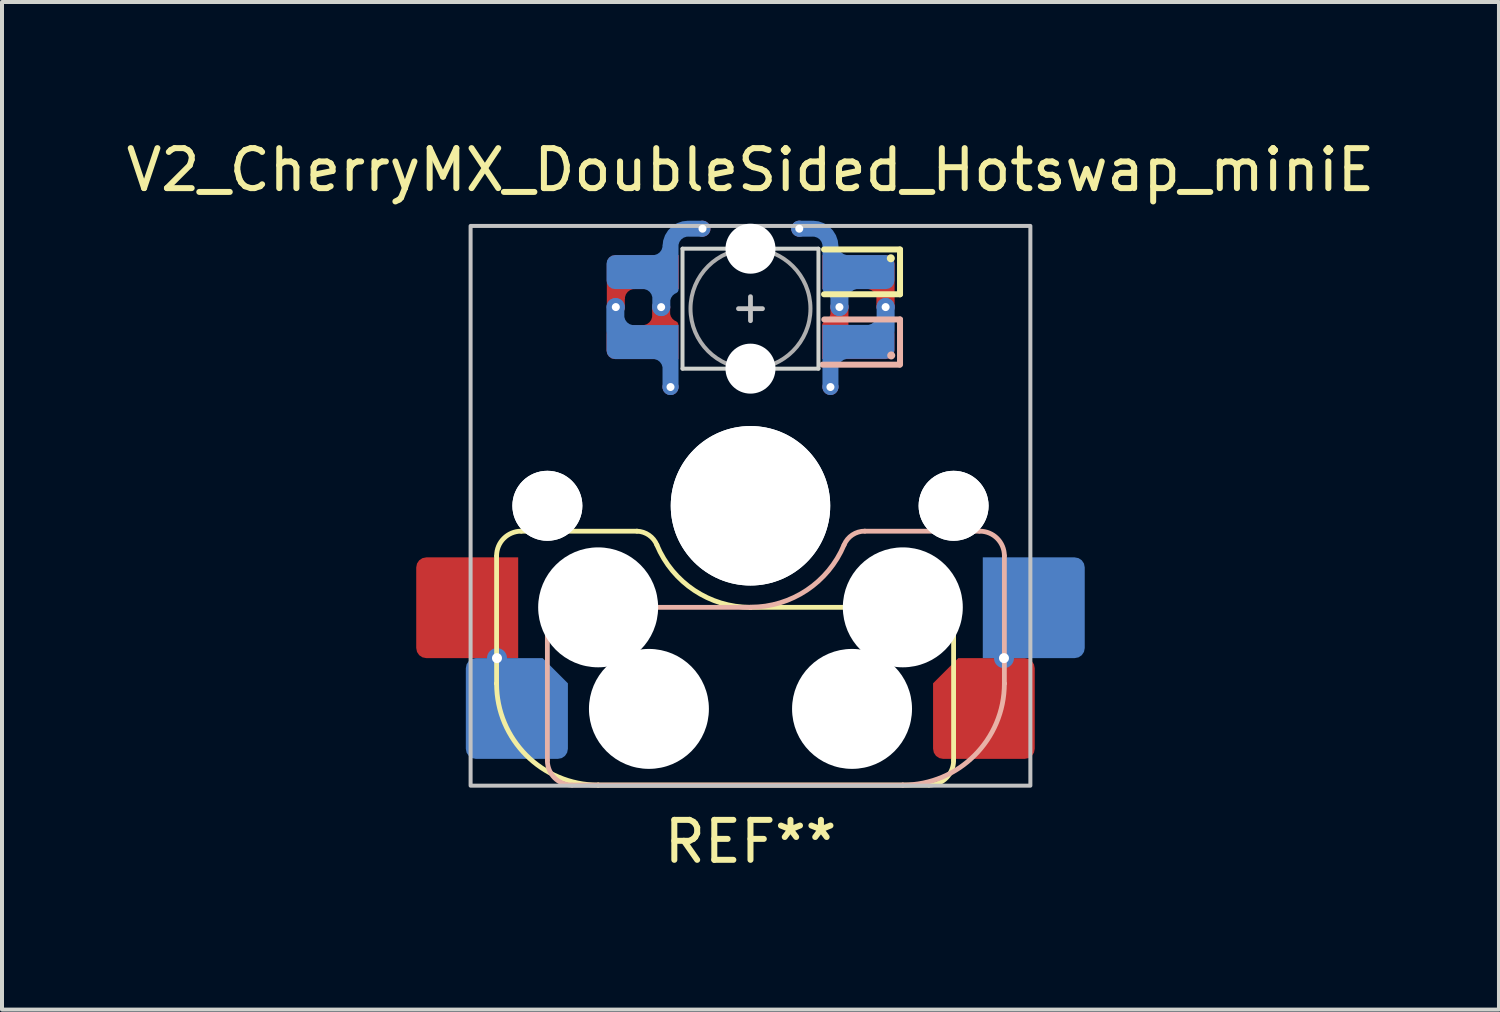
<source format=kicad_pcb>
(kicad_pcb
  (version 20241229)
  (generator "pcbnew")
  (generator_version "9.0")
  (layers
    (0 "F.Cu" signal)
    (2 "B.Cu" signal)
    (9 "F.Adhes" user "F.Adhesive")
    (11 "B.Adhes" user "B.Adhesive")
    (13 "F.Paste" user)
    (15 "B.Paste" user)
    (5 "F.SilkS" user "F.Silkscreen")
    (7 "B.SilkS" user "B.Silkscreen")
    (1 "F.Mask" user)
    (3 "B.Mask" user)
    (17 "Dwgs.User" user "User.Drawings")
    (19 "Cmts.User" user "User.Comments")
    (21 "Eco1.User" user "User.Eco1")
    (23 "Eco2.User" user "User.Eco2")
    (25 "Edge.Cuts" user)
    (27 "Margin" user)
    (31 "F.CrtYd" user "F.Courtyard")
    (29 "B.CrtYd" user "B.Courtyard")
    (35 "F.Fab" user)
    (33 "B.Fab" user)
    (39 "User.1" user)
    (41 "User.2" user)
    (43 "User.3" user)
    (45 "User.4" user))
  (footprint "V2_CherryMX_DoubleSided_Hotswap_miniE"
    (layer "F.Cu")
    (at 15.72 9.6)
    (property "Reference" "V2_CherryMX_DoubleSided_Hotswap_miniE" (at 0 -8.4 180) (layer "F.SilkS") (effects (font (size 1 1) (thickness 0.15))))
    (attr through_hole)
    (fp_line (start -6.35 4.445) (end -6.35 1.26) (stroke (width 0.12) (type solid)) (layer "F.SilkS"))
    (fp_line (start -6.35 4.445) (end -6.35 4.445) (stroke (width 0.12) (type solid)) (layer "F.SilkS"))
    (fp_line (start -5.73 0.635) (end -2.84 0.635) (stroke (width 0.12) (type solid)) (layer "F.SilkS"))
    (fp_line (start -3.81 6.985) (end -3.81 6.985) (stroke (width 0.12) (type solid)) (layer "F.SilkS"))
    (fp_line (start -3.81 6.985) (end 4.46 6.985) (stroke (width 0.12) (type solid)) (layer "F.SilkS"))
    (fp_line (start 0 2.54) (end 0 2.54) (stroke (width 0.12) (type solid)) (layer "F.SilkS"))
    (fp_line (start 0 2.54) (end 5.08 2.54) (stroke (width 0.12) (type solid)) (layer "F.SilkS"))
    (fp_line (start 3.74 -6.41) (end 1.84 -6.41) (stroke (width 0.15) (type solid)) (layer "F.SilkS"))
    (fp_line (start 3.74 -5.29) (end 1.84 -5.29) (stroke (width 0.15) (type solid)) (layer "F.SilkS"))
    (fp_line (start 3.74 -5.29) (end 3.74 -6.41) (stroke (width 0.15) (type solid)) (layer "F.SilkS"))
    (fp_line (start 5.08 2.54) (end 5.08 2.54) (stroke (width 0.12) (type solid)) (layer "F.SilkS"))
    (fp_line (start 5.08 2.54) (end 5.08 2.54) (stroke (width 0.12) (type solid)) (layer "F.SilkS"))
    (fp_line (start 5.08 6.37) (end 5.08 2.54) (stroke (width 0.12) (type solid)) (layer "F.SilkS"))
    (fp_arc (start -6.35 1.25) (mid -6.169871 0.815129) (end -5.735 0.635) (stroke (width 0.12) (type default)) (layer "F.SilkS"))
    (fp_arc (start -3.81 6.985) (mid -5.606051 6.241051) (end -6.35 4.445) (stroke (width 0.12) (type solid)) (layer "F.SilkS"))
    (fp_arc (start -2.840072 0.635) (mid -2.539136 0.734324) (end -2.34 0.980845) (stroke (width 0.12) (type default)) (layer "F.SilkS"))
    (fp_arc (start 0 2.54) (mid -1.405313 2.115202) (end -2.34 0.983072) (stroke (width 0.12) (type solid)) (layer "F.SilkS"))
    (fp_arc (start 5.080129 6.37) (mid 4.9 6.80487) (end 4.465129 6.985) (stroke (width 0.12) (type default)) (layer "F.SilkS"))
    (fp_circle (center 3.51 -6.19) (end 3.41 -6.19) (stroke (width 0) (type solid)) (fill yes) (layer "F.SilkS"))
    (fp_line (start -5.08 2.54) (end -5.08 2.54) (stroke (width 0.12) (type solid)) (layer "B.SilkS"))
    (fp_line (start -5.08 2.54) (end -5.08 2.54) (stroke (width 0.12) (type solid)) (layer "B.SilkS"))
    (fp_line (start -5.08 6.36) (end -5.08 2.54) (stroke (width 0.12) (type solid)) (layer "B.SilkS"))
    (fp_line (start -4.46 6.985) (end 3.81 6.985) (stroke (width 0.12) (type solid)) (layer "B.SilkS"))
    (fp_line (start 0 2.54) (end -5.08 2.54) (stroke (width 0.12) (type solid)) (layer "B.SilkS"))
    (fp_line (start 0 2.54) (end 0 2.54) (stroke (width 0.12) (type solid)) (layer "B.SilkS"))
    (fp_line (start 1.8 -3.53) (end 3.724 -3.53) (stroke (width 0.15) (type solid)) (layer "B.SilkS"))
    (fp_line (start 2.86 0.635) (end 5.72 0.635) (stroke (width 0.12) (type solid)) (layer "B.SilkS"))
    (fp_line (start 3.74 -4.66) (end 1.846 -4.66) (stroke (width 0.15) (type solid)) (layer "B.SilkS"))
    (fp_line (start 3.74 -3.53) (end 3.74 -4.66) (stroke (width 0.15) (type solid)) (layer "B.SilkS"))
    (fp_line (start 3.81 6.985) (end 3.81 6.985) (stroke (width 0.12) (type solid)) (layer "B.SilkS"))
    (fp_line (start 6.35 1.25) (end 6.35 4.445) (stroke (width 0.12) (type solid)) (layer "B.SilkS"))
    (fp_line (start 6.35 4.445) (end 6.35 4.445) (stroke (width 0.12) (type solid)) (layer "B.SilkS"))
    (fp_arc (start -4.465 6.985) (mid -4.899871 6.804871) (end -5.08 6.37) (stroke (width 0.12) (type default)) (layer "B.SilkS"))
    (fp_arc (start 2.34 0.98) (mid 1.405313 2.11213) (end 0 2.536928) (stroke (width 0.12) (type solid)) (layer "B.SilkS"))
    (fp_arc (start 2.34 0.98) (mid 2.547381 0.727883) (end 2.859999 0.633863) (stroke (width 0.12) (type default)) (layer "B.SilkS"))
    (fp_arc (start 5.735129 0.635) (mid 6.169986 0.815144) (end 6.350129 1.25) (stroke (width 0.12) (type default)) (layer "B.SilkS"))
    (fp_arc (start 6.35 4.445) (mid 5.606051 6.241051) (end 3.81 6.985) (stroke (width 0.12) (type solid)) (layer "B.SilkS"))
    (fp_circle (center 3.52 -3.76) (end 3.62 -3.76) (stroke (width 0) (type solid)) (fill yes) (layer "B.SilkS"))
    (fp_line (start -0.3 -4.93) (end 0.3 -4.93) (stroke (width 0.12) (type solid)) (layer "Dwgs.User"))
    (fp_line (start 0 -4.63) (end 0 -5.23) (stroke (width 0.12) (type solid)) (layer "Dwgs.User"))
    (fp_rect (start -7 -7) (end 7 7) (stroke (width 0.1) (type default)) (fill no) (layer "Dwgs.User"))
    (fp_line (start -1.7 -6.43) (end -1.7 -3.43) (stroke (width 0.1) (type solid)) (layer "Edge.Cuts"))
    (fp_line (start 1.7 -6.43) (end -1.7 -6.43) (stroke (width 0.1) (type solid)) (layer "Edge.Cuts"))
    (fp_line (start 1.7 -3.43) (end -1.7 -3.43) (stroke (width 0.1) (type solid)) (layer "Edge.Cuts"))
    (fp_line (start 1.7 -3.43) (end 1.7 -6.43) (stroke (width 0.1) (type solid)) (layer "Edge.Cuts"))
    (fp_circle (center 0 -4.93) (end 0 -6.43) (stroke (width 0.1) (type solid)) (fill no) (layer "F.Fab"))
    (fp_line (start -9.525 9.525) (end -9.525 -9.525) (stroke (width 0.15) (type solid)) (layer "User.2"))
    (fp_line (start 9.525 -9.525) (end -9.525 -9.525) (stroke (width 0.15) (type solid)) (layer "User.2"))
    (fp_line (start 9.525 9.525) (end -9.525 9.525) (stroke (width 0.15) (type solid)) (layer "User.2"))
    (fp_line (start 9.525 9.525) (end 9.525 -9.525) (stroke (width 0.15) (type solid)) (layer "User.2"))
    (fp_text user "REF**" (at 0 8.4 0) (unlocked yes) (layer "F.SilkS") (effects (font (size 1 1) (thickness 0.15))))
    (pad "" np_thru_hole circle (at -5.08 0 180) (size 1.75 1.75) (drill 1.75) (layers "*.Cu" "*.Mask"))
    (pad "" np_thru_hole circle (at -5.08 0 180) (size 1.75 1.75) (drill 1.75) (layers "*.Cu" "*.Mask"))
    (pad "" np_thru_hole circle (at -3.81 2.54 180) (size 3 3) (drill 3) (layers "*.Cu" "*.Mask"))
    (pad "" smd roundrect (at -2.69 -5.845) (size 1.82 0.85) (layers "B.Mask") (roundrect_rratio 0.25) (chamfer_ratio 0) (chamfer top_right bottom_right))
    (pad "" smd roundrect (at -2.69 -4.095 180) (size 1.82 0.85) (layers "F.Mask") (roundrect_rratio 0.25) (chamfer_ratio 0) (chamfer top_left bottom_left))
    (pad "" smd roundrect (at -2.69 -4.095) (size 1.82 0.84) (layers "B.Mask") (roundrect_rratio 0.25) (chamfer_ratio 0) (chamfer top_right bottom_right))
    (pad "" smd roundrect (at -2.685 -5.855 180) (size 1.83 0.85) (layers "F.Mask") (roundrect_rratio 0.25) (chamfer_ratio 0) (chamfer top_left bottom_left))
    (pad "" np_thru_hole circle (at -2.54 5.08 180) (size 3 3) (drill 3) (layers "*.Cu" "*.Mask"))
    (pad "" np_thru_hole circle (at 0 -6.43 180) (size 1.25 1.25) (drill 1.25) (layers "*.Cu" "*.Mask"))
    (pad "" np_thru_hole circle (at 0 -3.43 180) (size 1.25 1.25) (drill 1.25) (layers "*.Cu" "*.Mask"))
    (pad "" np_thru_hole circle (at 0 0 180) (size 3.988 3.988) (drill 3.988) (layers "*.Cu" "*.Mask"))
    (pad "" np_thru_hole circle (at 0 0 180) (size 3.988 3.988) (drill 3.988) (layers "*.Cu" "*.Mask"))
    (pad "" smd rect (at 2.47 -5.85) (size 1.38 0.84) (layers "F.Mask"))
    (pad "" smd rect (at 2.47 -4.09 180) (size 1.38 0.84) (layers "B.Mask"))
    (pad "" np_thru_hole circle (at 2.54 5.08 180) (size 3 3) (drill 3) (layers "*.Cu" "*.Mask"))
    (pad "" smd roundrect (at 2.685 -4.095) (size 1.83 0.85) (layers "F.Mask") (roundrect_rratio 0.25) (chamfer_ratio 0) (chamfer top_left bottom_left))
    (pad "" smd roundrect (at 2.69 -5.84 180) (size 1.82 0.84) (layers "B.Mask") (roundrect_rratio 0.25) (chamfer_ratio 0) (chamfer top_right bottom_right))
    (pad "" smd roundrect (at 2.855 -5.85) (size 1.49 0.84) (layers "F.Mask") (roundrect_rratio 0.25) (chamfer_ratio 0.5) (chamfer top_right))
    (pad "" smd roundrect (at 2.855 -4.09 180) (size 1.49 0.84) (layers "B.Mask") (roundrect_rratio 0.25) (chamfer_ratio 0.5) (chamfer top_left))
    (pad "" np_thru_hole circle (at 3.81 2.54 180) (size 3 3) (drill 3) (layers "*.Cu" "*.Mask"))
    (pad "" np_thru_hole circle (at 5.08 0 180) (size 1.75 1.75) (drill 1.75) (layers "*.Cu" "*.Mask"))
    (pad "" np_thru_hole circle (at 5.08 0 180) (size 1.75 1.75) (drill 1.75) (layers "*.Cu" "*.Mask"))
    (pad "1" smd custom (at -2.7 -5.845) (size 0.85 0.85) (layers "B.Cu") (options (anchor circle)) (primitives (gr_arc (start 0.698874 -0.666126) (mid 0.57 -0.355) (end 0.258874 -0.226126) (width 0.4)) (gr_arc (start 0.7 -0.645) (mid 0.828874 -0.956126) (end 1.14 -1.085) (width 0.4)) (gr_line (start 1.18 -1.085) (end 1.48 -1.085) (width 0.4)) (gr_line (start 0.7 -0.645) (end 0.7 -0.165) (width 0.4)) (gr_line (start 0.47 0.875) (end 0.47 0.275) (width 0.45)) (gr_arc (start 0.592691 0.750315) (mid 0.650001 0.56089) (end 0.802705 0.435002) (width 0.2)) (gr_arc (start 0.005 0.225) (mid 0.316126 0.353874) (end 0.445 0.665) (width 0.4)) (gr_poly (pts (xy -0.9 -0.212) (xy -0.884 -0.294) (xy -0.838 -0.363) (xy -0.769 -0.409) (xy -0.688 -0.425) (xy 0.9 -0.425) (xy 0.9 0.425) (xy -0.688 0.425) (xy -0.769 0.409) (xy -0.838 0.363) (xy -0.884 0.294) (xy -0.9 0.212)) (width 0) (fill yes))))
    (pad "1" smd custom (at -2.7 -4.095) (size 0.85 0.85) (layers "F.Cu") (options (anchor circle)) (primitives (gr_arc (start 0.44 -0.665) (mid 0.311126 -0.353874) (end 0 -0.225) (width 0.4)) (gr_arc (start 0.798298 -0.429684) (mid 0.645594 -0.555573) (end 0.588284 -0.744999) (width 0.2)) (gr_line (start 0.466 -0.874) (end 0.466 -0.184) (width 0.45)) (gr_poly (pts (xy -0.9 -0.212) (xy -0.884 -0.294) (xy -0.838 -0.363) (xy -0.769 -0.409) (xy -0.688 -0.425) (xy 0.9 -0.425) (xy 0.9 0.425) (xy -0.688 0.425) (xy -0.769 0.409) (xy -0.838 0.363) (xy -0.884 0.294) (xy -0.9 0.212)) (width 0) (fill yes))))
    (pad "1" thru_hole circle (at -2.234 -4.969 180) (size 0.45 0.45) (drill 0.2) (layers "*.Cu"))
    (pad "1" thru_hole circle (at -1.2 -6.93) (size 0.4 0.4) (drill 0.2) (layers "*.Cu"))
    (pad "2" thru_hole circle (at -3.368 -4.97 180) (size 0.45 0.45) (drill 0.2) (layers "*.Cu"))
    (pad "2" smd custom (at -2.7 -4.095 180) (size 0.85 0.85) (layers "B.Cu") (options (anchor circle)) (primitives (gr_poly (pts (xy -0.9 -0.425) (xy 0.688 -0.425) (xy 0.769 -0.409) (xy 0.838 -0.363) (xy 0.884 -0.294) (xy 0.9 -0.212) (xy 0.9 0.212) (xy 0.884 0.294) (xy 0.838 0.363) (xy 0.769 0.409) (xy 0.688 0.425) (xy -0.9 0.425)) (width 0) (fill yes)) (gr_line (start -0.7 -1.125) (end -0.7 -0.225) (width 0.4)) (gr_arc (start -0.26 -0.226126) (mid -0.571126 -0.355) (end -0.7 -0.666126) (width 0.4)) (gr_line (start 0.68 0.875) (end 0.68 0.275) (width 0.45)) (gr_arc (start 0.215 0.225) (mid 0.526126 0.353874) (end 0.655 0.665) (width 0.4))))
    (pad "2" smd custom (at -2.693 -5.845 180) (size 0.85 0.85) (layers "F.Cu") (options (anchor circle)) (primitives (gr_arc (start 0.645874 -0.666126) (mid 0.517 -0.355) (end 0.205874 -0.226126) (width 0.4)) (gr_line (start 0.675 -0.875) (end 0.675 -0.135) (width 0.45)) (gr_poly (pts (xy -0.9 -0.425) (xy 0.9 -0.425) (xy 0.9 0.212) (xy 0.884 0.294) (xy 0.838 0.363) (xy 0.769 0.409) (xy 0.688 0.425) (xy -0.9 0.425)) (width 0) (fill yes))))
    (pad "2" thru_hole circle (at -2 -2.97 180) (size 0.4 0.4) (drill 0.2) (layers "*.Cu"))
    (pad "3" thru_hole circle (at 2 -2.97 180) (size 0.4 0.4) (drill 0.2) (layers "*.Cu"))
    (pad "3" smd custom (at 2.7 -4.1 180) (size 0.85 0.85) (layers "B.Cu") (options (anchor circle)) (primitives (gr_poly (pts (xy 0.9 -0.425) (xy -0.688 -0.425) (xy -0.769 -0.409) (xy -0.838 -0.363) (xy -0.884 -0.294) (xy -0.9 -0.212) (xy -0.9 0.212) (xy -0.884 0.294) (xy -0.838 0.363) (xy -0.769 0.409) (xy -0.688 0.425) (xy 0.9 0.425)) (width 0) (fill yes)) (gr_line (start 0.7 -0.225) (end 0.7 -1.125) (width 0.4)) (gr_arc (start 0.7 -0.666126) (mid 0.571126 -0.355) (end 0.26 -0.226126) (width 0.4)) (gr_line (start -0.68 0.275) (end -0.68 0.875) (width 0.45)) (gr_arc (start -0.655 0.665) (mid -0.526126 0.353874) (end -0.215 0.225) (width 0.4))))
    (pad "3" smd custom (at 2.705 -5.845 180) (size 0.85 0.85) (layers "F.Cu") (options (anchor circle)) (primitives (gr_arc (start -0.205 -0.225) (mid -0.516126 -0.353874) (end -0.645 -0.665) (width 0.4)) (gr_poly (pts (xy -0.494 -0.354) (xy -0.85 -0.354) (xy -0.85 -0.887) (xy -0.494 -0.887)) (width 0.1) (fill yes)) (gr_poly (pts (xy -0.9 -0.425) (xy 0.91 -0.425) (xy 0.91 0.425) (xy -0.688 0.425) (xy -0.769 0.409) (xy -0.838 0.363) (xy -0.884 0.294) (xy -0.9 0.212)) (width 0) (fill yes))))
    (pad "3" thru_hole circle (at 3.38 -4.97 180) (size 0.45 0.45) (drill 0.2) (layers "*.Cu"))
    (pad "4" thru_hole circle (at 1.22 -6.93) (size 0.4 0.4) (drill 0.2) (layers "*.Cu"))
    (pad "4" thru_hole circle (at 2.225 -4.97 180) (size 0.45 0.45) (drill 0.2) (layers "*.Cu"))
    (pad "4" smd custom (at 2.7 -5.845) (size 0.85 0.85) (layers "B.Cu") (options (anchor circle)) (primitives (gr_arc (start -0.26 -0.226126) (mid -0.571126 -0.355) (end -0.7 -0.666126) (width 0.4)) (gr_line (start -0.7 -0.645) (end -0.7 -0.165) (width 0.4)) (gr_arc (start -1.14 -1.085) (mid -0.828874 -0.956126) (end -0.7 -0.645) (width 0.4)) (gr_line (start -1.18 -1.085) (end -1.48 -1.085) (width 0.4)) (gr_line (start -0.475 0.875) (end -0.475 0.275) (width 0.45)) (gr_arc (start -0.8 0.415) (mid -0.647296 0.540889) (end -0.589986 0.730315) (width 0.2)) (gr_arc (start -0.45 0.665) (mid -0.321126 0.353874) (end -0.01 0.225) (width 0.4)) (gr_poly (pts (xy -0.9 -0.425) (xy 0.688 -0.425) (xy 0.769 -0.409) (xy 0.838 -0.363) (xy 0.884 -0.294) (xy 0.9 -0.212) (xy 0.9 0.212) (xy 0.884 0.294) (xy 0.838 0.363) (xy 0.769 0.409) (xy 0.688 0.425) (xy -0.9 0.425)) (width 0) (fill yes))))
    (pad "4" smd custom (at 2.7 -4.095) (size 0.85 0.85) (layers "F.Cu") (options (anchor circle)) (primitives (gr_line (start -0.475 -0.875) (end -0.475 -0.235) (width 0.45)) (gr_arc (start -0.599987 -0.740315) (mid -0.657296 -0.550889) (end -0.81 -0.425001) (width 0.2)) (gr_poly (pts (xy -0.91 -0.425) (xy 0.688 -0.425) (xy 0.769 -0.409) (xy 0.838 -0.363) (xy 0.884 -0.294) (xy 0.9 -0.212) (xy 0.9 0.212) (xy 0.884 0.294) (xy 0.838 0.363) (xy 0.769 0.409) (xy 0.688 0.425) (xy -0.91 0.425)) (width 0) (fill yes))))
    (pad "5" smd roundrect (at 5.838 5.07 180) (size 2.543 2.52) (layers "F.Cu" "F.Mask" "F.Paste") (roundrect_rratio 0.1) (chamfer_ratio 0.25) (chamfer bottom_right))
    (pad "5" thru_hole circle (at 6.34 3.81 180) (size 0.5 0.5) (drill 0.25) (layers "*.Cu"))
    (pad "5" smd roundrect (at 7.085 2.55 180) (size 2.55 2.52) (layers "B.Cu" "B.Mask" "B.Paste") (roundrect_rratio 0.1) (chamfer_ratio 0) (chamfer top_right bottom_right))
    (pad "6" smd roundrect (at -7.085 2.55 180) (size 2.55 2.52) (layers "F.Cu" "F.Mask" "F.Paste") (roundrect_rratio 0.1) (chamfer_ratio 0) (chamfer top_left bottom_left))
    (pad "6" thru_hole circle (at -6.34 3.81 180) (size 0.5 0.5) (drill 0.25) (layers "*.Cu"))
    (pad "6" smd roundrect (at -5.843 5.07 180) (size 2.553 2.52) (layers "B.Cu" "B.Mask" "B.Paste") (roundrect_rratio 0.1) (chamfer_ratio 0.25) (chamfer bottom_left)))
  (gr_rect
    (start -3 -3)
    (end 34.44 22.2)
    (stroke (width 0.1) (type default))
    (fill no)
    (layer "Edge.Cuts")))
</source>
